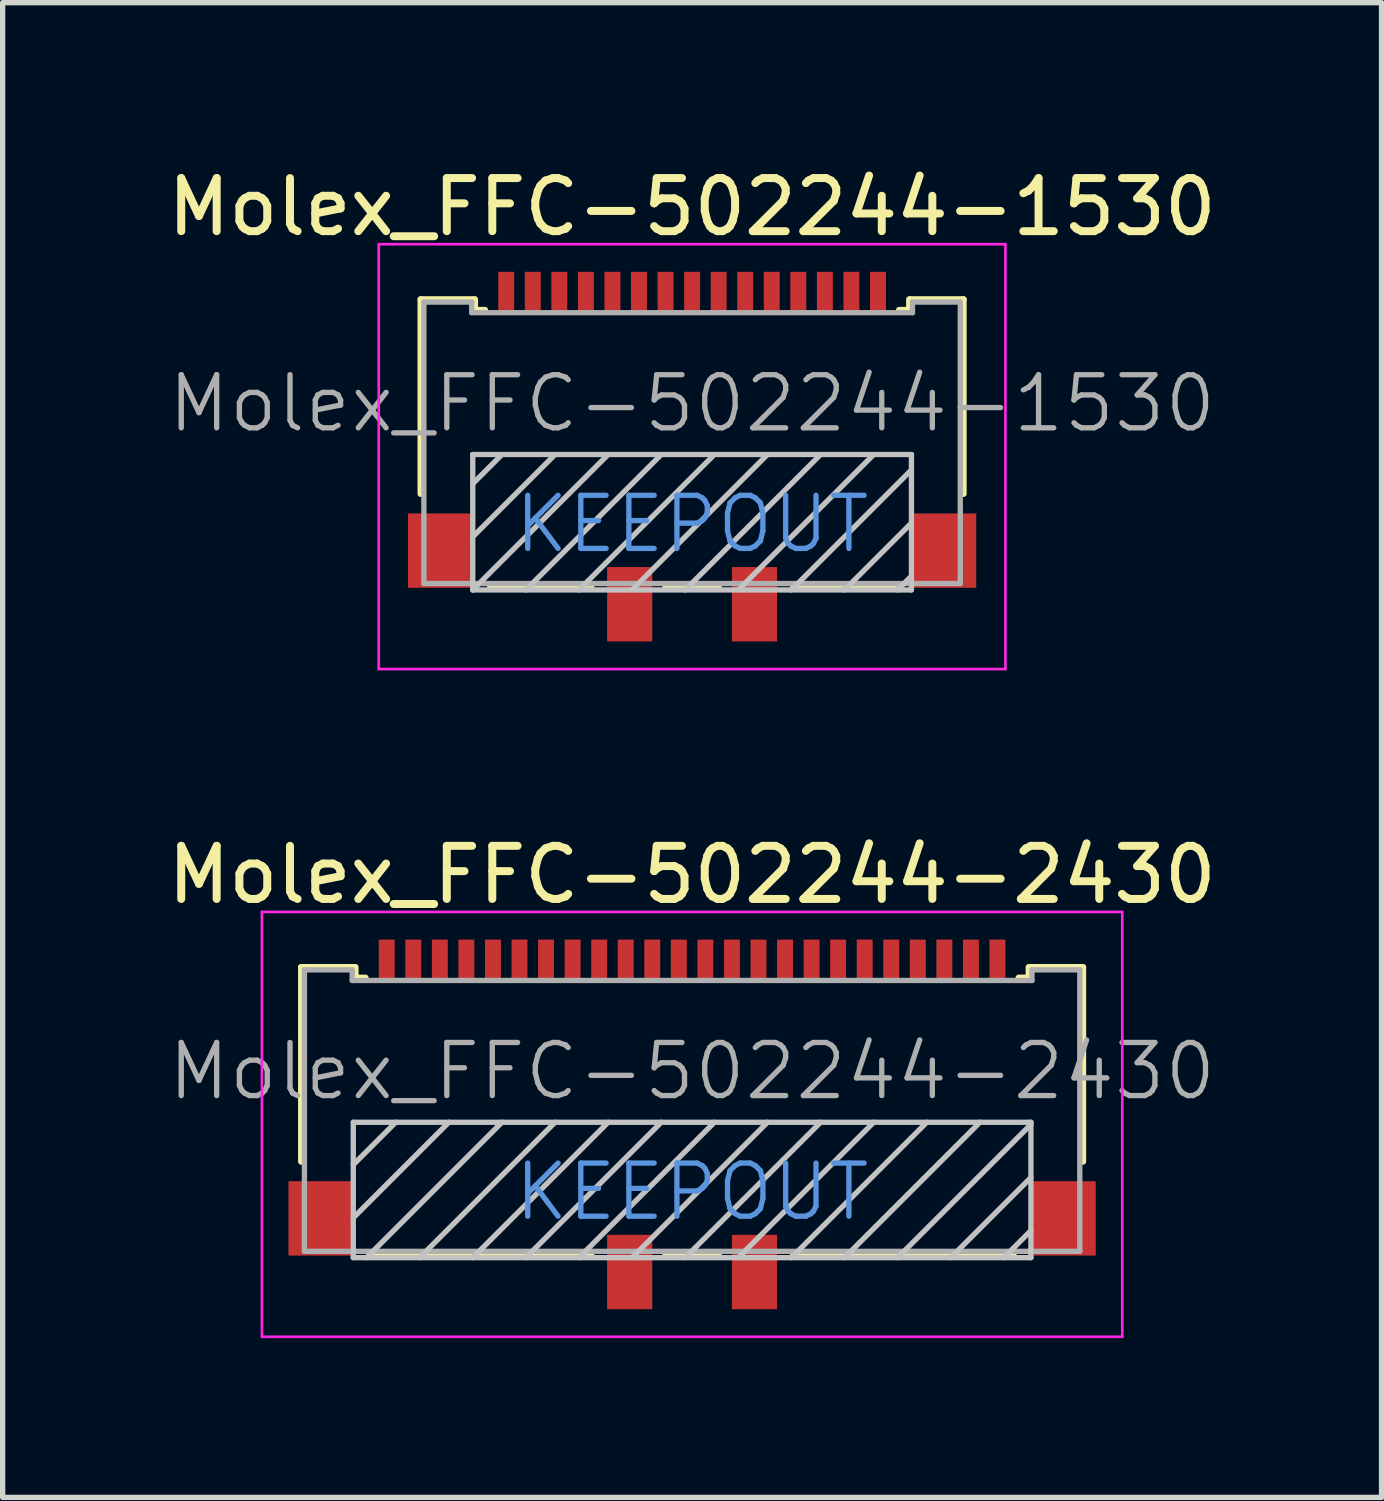
<source format=kicad_pcb>
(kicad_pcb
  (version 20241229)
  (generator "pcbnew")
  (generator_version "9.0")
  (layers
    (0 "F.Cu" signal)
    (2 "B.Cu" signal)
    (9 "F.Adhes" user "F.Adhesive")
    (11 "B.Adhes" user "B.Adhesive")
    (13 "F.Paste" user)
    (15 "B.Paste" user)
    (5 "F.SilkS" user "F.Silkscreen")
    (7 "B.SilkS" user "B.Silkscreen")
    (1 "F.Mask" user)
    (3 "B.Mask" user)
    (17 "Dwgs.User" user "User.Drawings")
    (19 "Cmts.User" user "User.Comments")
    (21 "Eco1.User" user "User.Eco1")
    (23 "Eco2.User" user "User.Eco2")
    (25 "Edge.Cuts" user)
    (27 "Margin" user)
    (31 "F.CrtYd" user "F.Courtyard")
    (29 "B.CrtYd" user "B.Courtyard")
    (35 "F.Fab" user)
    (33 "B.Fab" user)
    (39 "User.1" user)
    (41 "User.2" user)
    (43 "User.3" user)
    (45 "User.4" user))
  (footprint "Molex_FFC-502244-2430"
    (layer "F.Cu")
    (at 9.982 18.122)
    (property "Reference" "Molex_FFC-502244-2430" (at 0 -4.7 0) (layer "F.SilkS") (effects (font (size 1 1) (thickness 0.15))))
    (attr smd)
    (fp_line (start -7.36 -2.96) (end -6.35 -2.96) (stroke (width 0.12) (type solid)) (layer "F.SilkS"))
    (fp_line (start -7.36 0.7) (end -7.36 -2.96) (stroke (width 0.12) (type solid)) (layer "F.SilkS"))
    (fp_line (start -6.34 -2.76) (end -6.34 -2.96) (stroke (width 0.12) (type solid)) (layer "F.SilkS"))
    (fp_line (start -6.34 -2.76) (end -6.15 -2.76) (stroke (width 0.12) (type solid)) (layer "F.SilkS"))
    (fp_line (start -6.05 2.45) (end -1.9 2.45) (stroke (width 0.12) (type solid)) (layer "F.SilkS"))
    (fp_line (start -0.5 2.45) (end 0.5 2.45) (stroke (width 0.12) (type solid)) (layer "F.SilkS"))
    (fp_line (start 1.9 2.45) (end 6.05 2.45) (stroke (width 0.12) (type solid)) (layer "F.SilkS"))
    (fp_line (start 6.34 -2.96) (end 6.34 -2.76) (stroke (width 0.12) (type solid)) (layer "F.SilkS"))
    (fp_line (start 6.34 -2.76) (end 6.15 -2.76) (stroke (width 0.12) (type solid)) (layer "F.SilkS"))
    (fp_line (start 6.35 -2.96) (end 7.36 -2.96) (stroke (width 0.12) (type solid)) (layer "F.SilkS"))
    (fp_line (start 7.36 -2.96) (end 7.36 0.7) (stroke (width 0.12) (type solid)) (layer "F.SilkS"))
    (fp_line (start -6.38 -0.04) (end 6.38 -0.04) (stroke (width 0.1) (type solid)) (layer "Dwgs.User"))
    (fp_line (start -6.38 0.76) (end -5.58 -0.04) (stroke (width 0.1) (type solid)) (layer "Dwgs.User"))
    (fp_line (start -6.38 1.76) (end -4.58 -0.04) (stroke (width 0.1) (type solid)) (layer "Dwgs.User"))
    (fp_line (start -6.38 2.51) (end -6.38 -0.04) (stroke (width 0.1) (type solid)) (layer "Dwgs.User"))
    (fp_line (start -6.13 2.51) (end -3.58 -0.04) (stroke (width 0.1) (type solid)) (layer "Dwgs.User"))
    (fp_line (start -5.13 2.51) (end -2.58 -0.04) (stroke (width 0.1) (type solid)) (layer "Dwgs.User"))
    (fp_line (start -4.13 2.51) (end -1.58 -0.04) (stroke (width 0.1) (type solid)) (layer "Dwgs.User"))
    (fp_line (start -3.13 2.51) (end -0.58 -0.04) (stroke (width 0.1) (type solid)) (layer "Dwgs.User"))
    (fp_line (start -2.13 2.51) (end 0.42 -0.04) (stroke (width 0.1) (type solid)) (layer "Dwgs.User"))
    (fp_line (start -1.13 2.51) (end 1.42 -0.04) (stroke (width 0.1) (type solid)) (layer "Dwgs.User"))
    (fp_line (start -0.13 2.51) (end 2.42 -0.04) (stroke (width 0.1) (type solid)) (layer "Dwgs.User"))
    (fp_line (start 0.87 2.51) (end 3.42 -0.04) (stroke (width 0.1) (type solid)) (layer "Dwgs.User"))
    (fp_line (start 1.87 2.51) (end 4.42 -0.04) (stroke (width 0.1) (type solid)) (layer "Dwgs.User"))
    (fp_line (start 2.87 2.51) (end 5.42 -0.04) (stroke (width 0.1) (type solid)) (layer "Dwgs.User"))
    (fp_line (start 3.87 2.51) (end 6.38 0) (stroke (width 0.1) (type solid)) (layer "Dwgs.User"))
    (fp_line (start 4.87 2.51) (end 6.38 1) (stroke (width 0.1) (type solid)) (layer "Dwgs.User"))
    (fp_line (start 5.87 2.51) (end 6.38 2) (stroke (width 0.1) (type solid)) (layer "Dwgs.User"))
    (fp_line (start 6.38 -0.04) (end 6.38 2.51) (stroke (width 0.1) (type solid)) (layer "Dwgs.User"))
    (fp_line (start 6.38 2.51) (end -6.38 2.51) (stroke (width 0.1) (type solid)) (layer "Dwgs.User"))
    (fp_line (start -8.1 -4) (end 8.1 -4) (stroke (width 0.05) (type solid)) (layer "F.CrtYd"))
    (fp_line (start -8.1 4) (end -8.1 -4) (stroke (width 0.05) (type solid)) (layer "F.CrtYd"))
    (fp_line (start 8.1 -4) (end 8.1 4) (stroke (width 0.05) (type solid)) (layer "F.CrtYd"))
    (fp_line (start 8.1 4) (end -8.1 4) (stroke (width 0.05) (type solid)) (layer "F.CrtYd"))
    (fp_line (start -7.3 -2.91) (end -7.3 2.39) (stroke (width 0.1) (type solid)) (layer "F.Fab"))
    (fp_line (start -7.3 2.39) (end 7.3 2.39) (stroke (width 0.1) (type solid)) (layer "F.Fab"))
    (fp_line (start -6.4 -2.91) (end -7.3 -2.91) (stroke (width 0.1) (type solid)) (layer "F.Fab"))
    (fp_line (start -6.4 -2.71) (end -6.4 -2.91) (stroke (width 0.1) (type solid)) (layer "F.Fab"))
    (fp_line (start 6.4 -2.91) (end 6.4 -2.71) (stroke (width 0.1) (type solid)) (layer "F.Fab"))
    (fp_line (start 6.4 -2.71) (end -6.4 -2.71) (stroke (width 0.1) (type solid)) (layer "F.Fab"))
    (fp_line (start 7.3 -2.91) (end 6.4 -2.91) (stroke (width 0.1) (type solid)) (layer "F.Fab"))
    (fp_line (start 7.3 -2.91) (end 7.3 2.39) (stroke (width 0.1) (type solid)) (layer "F.Fab"))
    (fp_text user "KEEPOUT" (at 0 1.271 0) (layer "Cmts.User") (effects (font (size 1 1) (thickness 0.1))))
    (fp_text user "${REFERENCE}" (at 0 -1 0) (layer "F.Fab") (effects (font (size 1 1) (thickness 0.1))))
    (pad "1" smd rect (at -5.75 -3.08) (size 0.3 0.8) (layers "F.Cu" "F.Mask" "F.Paste"))
    (pad "2" smd rect (at -5.25 -3.08) (size 0.3 0.8) (layers "F.Cu" "F.Mask" "F.Paste"))
    (pad "3" smd rect (at -4.75 -3.08) (size 0.3 0.8) (layers "F.Cu" "F.Mask" "F.Paste"))
    (pad "4" smd rect (at -4.25 -3.08) (size 0.3 0.8) (layers "F.Cu" "F.Mask" "F.Paste"))
    (pad "5" smd rect (at -3.75 -3.08) (size 0.3 0.8) (layers "F.Cu" "F.Mask" "F.Paste"))
    (pad "6" smd rect (at -3.25 -3.08) (size 0.3 0.8) (layers "F.Cu" "F.Mask" "F.Paste"))
    (pad "7" smd rect (at -2.75 -3.08) (size 0.3 0.8) (layers "F.Cu" "F.Mask" "F.Paste"))
    (pad "8" smd rect (at -2.25 -3.08) (size 0.3 0.8) (layers "F.Cu" "F.Mask" "F.Paste"))
    (pad "9" smd rect (at -1.75 -3.08) (size 0.3 0.8) (layers "F.Cu" "F.Mask" "F.Paste"))
    (pad "10" smd rect (at -1.25 -3.08) (size 0.3 0.8) (layers "F.Cu" "F.Mask" "F.Paste"))
    (pad "11" smd rect (at -0.75 -3.08) (size 0.3 0.8) (layers "F.Cu" "F.Mask" "F.Paste"))
    (pad "12" smd rect (at -0.25 -3.08) (size 0.3 0.8) (layers "F.Cu" "F.Mask" "F.Paste"))
    (pad "13" smd rect (at 0.25 -3.08) (size 0.3 0.8) (layers "F.Cu" "F.Mask" "F.Paste"))
    (pad "14" smd rect (at 0.75 -3.08) (size 0.3 0.8) (layers "F.Cu" "F.Mask" "F.Paste"))
    (pad "15" smd rect (at 1.25 -3.08) (size 0.3 0.8) (layers "F.Cu" "F.Mask" "F.Paste"))
    (pad "16" smd rect (at 1.75 -3.08) (size 0.3 0.8) (layers "F.Cu" "F.Mask" "F.Paste"))
    (pad "17" smd rect (at 2.25 -3.08) (size 0.3 0.8) (layers "F.Cu" "F.Mask" "F.Paste"))
    (pad "18" smd rect (at 2.75 -3.08) (size 0.3 0.8) (layers "F.Cu" "F.Mask" "F.Paste"))
    (pad "19" smd rect (at 3.25 -3.08) (size 0.3 0.8) (layers "F.Cu" "F.Mask" "F.Paste"))
    (pad "20" smd rect (at 3.75 -3.08) (size 0.3 0.8) (layers "F.Cu" "F.Mask" "F.Paste"))
    (pad "21" smd rect (at 4.25 -3.08) (size 0.3 0.8) (layers "F.Cu" "F.Mask" "F.Paste"))
    (pad "22" smd rect (at 4.75 -3.08) (size 0.3 0.8) (layers "F.Cu" "F.Mask" "F.Paste"))
    (pad "23" smd rect (at 5.25 -3.08) (size 0.3 0.8) (layers "F.Cu" "F.Mask" "F.Paste"))
    (pad "24" smd rect (at 5.75 -3.08) (size 0.3 0.8) (layers "F.Cu" "F.Mask" "F.Paste"))
    (pad "25" smd rect (at -6.99 1.77) (size 1.22 1.4) (layers "F.Cu" "F.Mask" "F.Paste"))
    (pad "25" smd rect (at -1.175 2.78) (size 0.85 1.4) (layers "F.Cu" "F.Mask" "F.Paste"))
    (pad "25" smd rect (at 1.175 2.78) (size 0.85 1.4) (layers "F.Cu" "F.Mask" "F.Paste"))
    (pad "25" smd rect (at 6.99 1.77) (size 1.22 1.4) (layers "F.Cu" "F.Mask" "F.Paste")))
  (footprint "Molex_FFC-502244-1530"
    (layer "F.Cu")
    (at 9.982 5.548)
    (property "Reference" "Molex_FFC-502244-1530" (at 0 -4.7 0) (layer "F.SilkS") (effects (font (size 1 1) (thickness 0.15))))
    (attr smd)
    (fp_line (start -5.11 -2.96) (end -4.1 -2.96) (stroke (width 0.12) (type solid)) (layer "F.SilkS"))
    (fp_line (start -5.11 0.7) (end -5.11 -2.96) (stroke (width 0.12) (type solid)) (layer "F.SilkS"))
    (fp_line (start -4.09 -2.76) (end -4.09 -2.96) (stroke (width 0.12) (type solid)) (layer "F.SilkS"))
    (fp_line (start -4.09 -2.76) (end -3.9 -2.76) (stroke (width 0.12) (type solid)) (layer "F.SilkS"))
    (fp_line (start -3.8 2.45) (end -1.9 2.45) (stroke (width 0.12) (type solid)) (layer "F.SilkS"))
    (fp_line (start -0.5 2.45) (end 0.5 2.45) (stroke (width 0.12) (type solid)) (layer "F.SilkS"))
    (fp_line (start 1.9 2.45) (end 3.8 2.45) (stroke (width 0.12) (type solid)) (layer "F.SilkS"))
    (fp_line (start 4.09 -2.96) (end 4.09 -2.76) (stroke (width 0.12) (type solid)) (layer "F.SilkS"))
    (fp_line (start 4.09 -2.76) (end 3.9 -2.76) (stroke (width 0.12) (type solid)) (layer "F.SilkS"))
    (fp_line (start 4.1 -2.96) (end 5.11 -2.96) (stroke (width 0.12) (type solid)) (layer "F.SilkS"))
    (fp_line (start 5.11 -2.96) (end 5.11 0.7) (stroke (width 0.12) (type solid)) (layer "F.SilkS"))
    (fp_line (start -4.13 -0.04) (end 4.13 -0.04) (stroke (width 0.1) (type solid)) (layer "Dwgs.User"))
    (fp_line (start -4.13 0.51) (end -3.58 -0.04) (stroke (width 0.1) (type solid)) (layer "Dwgs.User"))
    (fp_line (start -4.13 1.51) (end -2.58 -0.04) (stroke (width 0.1) (type solid)) (layer "Dwgs.User"))
    (fp_line (start -4.13 2.51) (end -4.13 -0.04) (stroke (width 0.1) (type solid)) (layer "Dwgs.User"))
    (fp_line (start -4.13 2.51) (end -1.58 -0.04) (stroke (width 0.1) (type solid)) (layer "Dwgs.User"))
    (fp_line (start -3.13 2.51) (end -0.58 -0.04) (stroke (width 0.1) (type solid)) (layer "Dwgs.User"))
    (fp_line (start -2.13 2.51) (end 0.42 -0.04) (stroke (width 0.1) (type solid)) (layer "Dwgs.User"))
    (fp_line (start -1.13 2.51) (end 1.42 -0.04) (stroke (width 0.1) (type solid)) (layer "Dwgs.User"))
    (fp_line (start -0.13 2.51) (end 2.42 -0.04) (stroke (width 0.1) (type solid)) (layer "Dwgs.User"))
    (fp_line (start 0.87 2.51) (end 3.42 -0.04) (stroke (width 0.1) (type solid)) (layer "Dwgs.User"))
    (fp_line (start 1.87 2.51) (end 4.13 0.25) (stroke (width 0.1) (type solid)) (layer "Dwgs.User"))
    (fp_line (start 2.87 2.51) (end 4.13 1.25) (stroke (width 0.1) (type solid)) (layer "Dwgs.User"))
    (fp_line (start 3.87 2.51) (end 4.13 2.25) (stroke (width 0.1) (type solid)) (layer "Dwgs.User"))
    (fp_line (start 4.13 -0.04) (end 4.13 2.51) (stroke (width 0.1) (type solid)) (layer "Dwgs.User"))
    (fp_line (start 4.13 2.51) (end -4.13 2.51) (stroke (width 0.1) (type solid)) (layer "Dwgs.User"))
    (fp_line (start -5.9 -4) (end 5.9 -4) (stroke (width 0.05) (type solid)) (layer "F.CrtYd"))
    (fp_line (start -5.9 4) (end -5.9 -4) (stroke (width 0.05) (type solid)) (layer "F.CrtYd"))
    (fp_line (start 5.9 -4) (end 5.9 4) (stroke (width 0.05) (type solid)) (layer "F.CrtYd"))
    (fp_line (start 5.9 4) (end -5.9 4) (stroke (width 0.05) (type solid)) (layer "F.CrtYd"))
    (fp_line (start -5.05 -2.91) (end -5.05 2.39) (stroke (width 0.1) (type solid)) (layer "F.Fab"))
    (fp_line (start -5.05 2.39) (end 5.05 2.39) (stroke (width 0.1) (type solid)) (layer "F.Fab"))
    (fp_line (start -4.15 -2.91) (end -5.05 -2.91) (stroke (width 0.1) (type solid)) (layer "F.Fab"))
    (fp_line (start -4.15 -2.71) (end -4.15 -2.91) (stroke (width 0.1) (type solid)) (layer "F.Fab"))
    (fp_line (start 4.15 -2.91) (end 4.15 -2.71) (stroke (width 0.1) (type solid)) (layer "F.Fab"))
    (fp_line (start 4.15 -2.71) (end -4.15 -2.71) (stroke (width 0.1) (type solid)) (layer "F.Fab"))
    (fp_line (start 5.05 -2.91) (end 4.15 -2.91) (stroke (width 0.1) (type solid)) (layer "F.Fab"))
    (fp_line (start 5.05 -2.91) (end 5.05 2.39) (stroke (width 0.1) (type solid)) (layer "F.Fab"))
    (fp_text user "KEEPOUT" (at 0 1.271 0) (layer "Cmts.User") (effects (font (size 1 1) (thickness 0.1))))
    (fp_text user "${REFERENCE}" (at 0 -1 0) (layer "F.Fab") (effects (font (size 1 1) (thickness 0.1))))
    (pad "1" smd rect (at -3.5 -3.08) (size 0.3 0.8) (layers "F.Cu" "F.Mask" "F.Paste"))
    (pad "2" smd rect (at -3 -3.08) (size 0.3 0.8) (layers "F.Cu" "F.Mask" "F.Paste"))
    (pad "3" smd rect (at -2.5 -3.08) (size 0.3 0.8) (layers "F.Cu" "F.Mask" "F.Paste"))
    (pad "4" smd rect (at -2 -3.08) (size 0.3 0.8) (layers "F.Cu" "F.Mask" "F.Paste"))
    (pad "5" smd rect (at -1.5 -3.08) (size 0.3 0.8) (layers "F.Cu" "F.Mask" "F.Paste"))
    (pad "6" smd rect (at -1 -3.08) (size 0.3 0.8) (layers "F.Cu" "F.Mask" "F.Paste"))
    (pad "7" smd rect (at -0.5 -3.08) (size 0.3 0.8) (layers "F.Cu" "F.Mask" "F.Paste"))
    (pad "8" smd rect (at 0 -3.08) (size 0.3 0.8) (layers "F.Cu" "F.Mask" "F.Paste"))
    (pad "9" smd rect (at 0.5 -3.08) (size 0.3 0.8) (layers "F.Cu" "F.Mask" "F.Paste"))
    (pad "10" smd rect (at 1 -3.08) (size 0.3 0.8) (layers "F.Cu" "F.Mask" "F.Paste"))
    (pad "11" smd rect (at 1.5 -3.08) (size 0.3 0.8) (layers "F.Cu" "F.Mask" "F.Paste"))
    (pad "12" smd rect (at 2 -3.08) (size 0.3 0.8) (layers "F.Cu" "F.Mask" "F.Paste"))
    (pad "13" smd rect (at 2.5 -3.08) (size 0.3 0.8) (layers "F.Cu" "F.Mask" "F.Paste"))
    (pad "14" smd rect (at 3 -3.08) (size 0.3 0.8) (layers "F.Cu" "F.Mask" "F.Paste"))
    (pad "15" smd rect (at 3.5 -3.08) (size 0.3 0.8) (layers "F.Cu" "F.Mask" "F.Paste"))
    (pad "16" smd rect (at -4.74 1.77) (size 1.22 1.4) (layers "F.Cu" "F.Mask" "F.Paste"))
    (pad "16" smd rect (at -1.175 2.78) (size 0.85 1.4) (layers "F.Cu" "F.Mask" "F.Paste"))
    (pad "16" smd rect (at 1.175 2.78) (size 0.85 1.4) (layers "F.Cu" "F.Mask" "F.Paste"))
    (pad "16" smd rect (at 4.74 1.77) (size 1.22 1.4) (layers "F.Cu" "F.Mask" "F.Paste")))
  (gr_rect
    (start -3 -3)
    (end 22.964 25.146)
    (stroke (width 0.1) (type default))
    (fill no)
    (layer "Edge.Cuts")))
</source>
